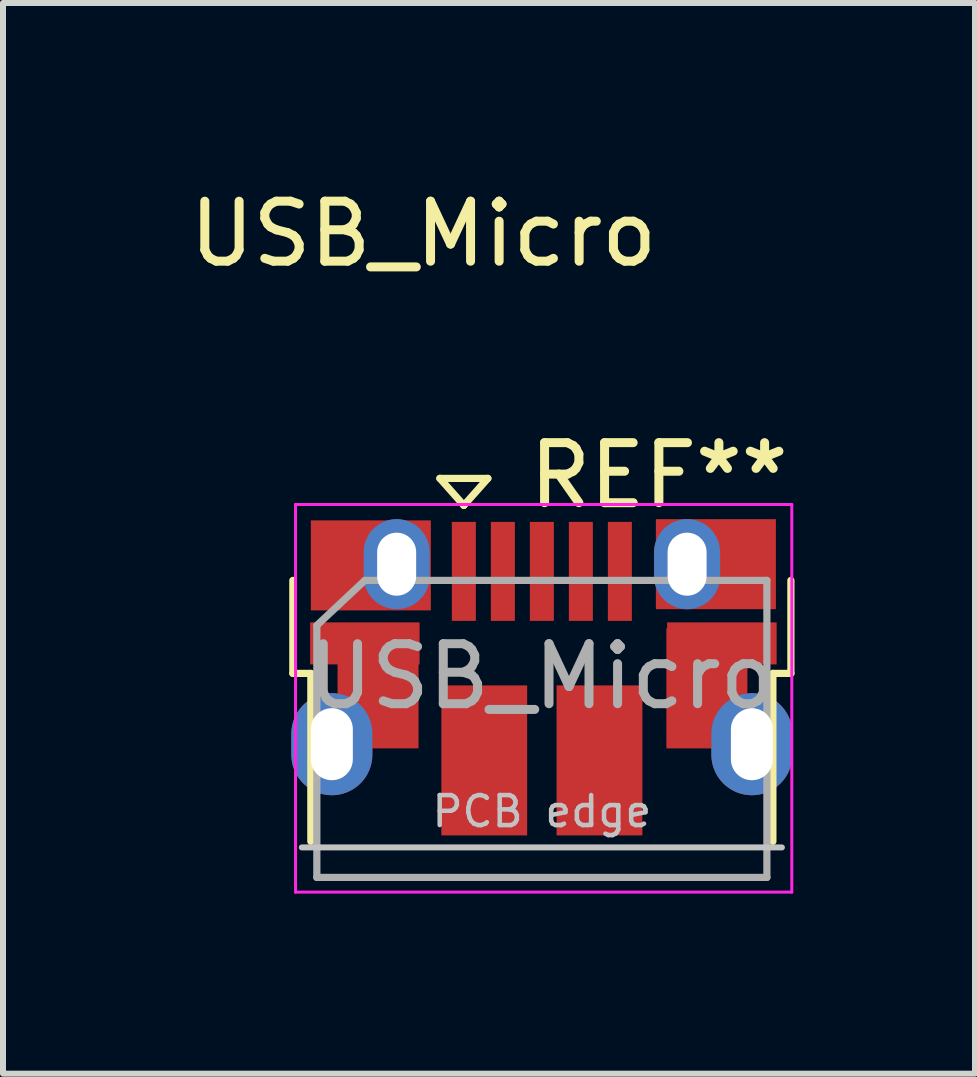
<source format=kicad_pcb>
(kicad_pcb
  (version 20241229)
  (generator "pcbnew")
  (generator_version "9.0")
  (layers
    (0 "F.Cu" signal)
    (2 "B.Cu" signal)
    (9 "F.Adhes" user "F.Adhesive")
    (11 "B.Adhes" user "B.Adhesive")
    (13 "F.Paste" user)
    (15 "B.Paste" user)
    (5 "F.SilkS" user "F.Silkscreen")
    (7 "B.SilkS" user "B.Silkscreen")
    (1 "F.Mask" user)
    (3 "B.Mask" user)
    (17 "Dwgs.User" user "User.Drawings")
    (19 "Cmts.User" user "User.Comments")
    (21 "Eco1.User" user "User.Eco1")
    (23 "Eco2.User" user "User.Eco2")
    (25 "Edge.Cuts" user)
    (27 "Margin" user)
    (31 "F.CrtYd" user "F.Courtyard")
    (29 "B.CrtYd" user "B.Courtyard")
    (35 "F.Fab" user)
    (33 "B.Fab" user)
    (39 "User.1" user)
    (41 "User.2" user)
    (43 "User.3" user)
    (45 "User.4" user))
  (footprint "USB_Micro"
    (layer "F.Cu")
    (at 0.582 8.031)
    (property "Reference" "USB_Micro" (at 3.424 -7.183 0) (layer "F.SilkS") (effects (font (size 1 1) (thickness 0.15))))
    (attr through_hole)
    (fp_line (start 1.248 0.141) (end 1.248 -1.409) (stroke (width 0.12) (type solid)) (layer "F.SilkS"))
    (fp_line (start 1.248 0.141) (end 1.548 0.141) (stroke (width 0.12) (type solid)) (layer "F.SilkS"))
    (fp_line (start 1.548 2.941) (end 1.548 0.141) (stroke (width 0.12) (type solid)) (layer "F.SilkS"))
    (fp_line (start 3.698 -3.109) (end 4.498 -3.109) (stroke (width 0.12) (type solid)) (layer "F.SilkS"))
    (fp_line (start 4.098 -2.659) (end 3.698 -3.109) (stroke (width 0.12) (type solid)) (layer "F.SilkS"))
    (fp_line (start 4.498 -3.109) (end 4.098 -2.659) (stroke (width 0.12) (type solid)) (layer "F.SilkS"))
    (fp_line (start 9.248 0.141) (end 9.548 0.141) (stroke (width 0.12) (type solid)) (layer "F.SilkS"))
    (fp_line (start 9.248 2.941) (end 9.248 0.141) (stroke (width 0.12) (type solid)) (layer "F.SilkS"))
    (fp_line (start 9.548 0.141) (end 9.548 -1.409) (stroke (width 0.12) (type solid)) (layer "F.SilkS"))
    (fp_line (start 1.398 3.041) (end 9.398 3.041) (stroke (width 0.1) (type solid)) (layer "Dwgs.User"))
    (fp_line (start 1.293 -2.674) (end 1.293 3.786) (stroke (width 0.05) (type solid)) (layer "F.CrtYd"))
    (fp_line (start 1.293 -2.674) (end 9.563 -2.674) (stroke (width 0.05) (type solid)) (layer "F.CrtYd"))
    (fp_line (start 9.563 3.786) (end 1.293 3.786) (stroke (width 0.05) (type solid)) (layer "F.CrtYd"))
    (fp_line (start 9.563 3.786) (end 9.563 -2.674) (stroke (width 0.05) (type solid)) (layer "F.CrtYd"))
    (fp_line (start 1.648 -0.659) (end 2.448 -1.409) (stroke (width 0.12) (type solid)) (layer "F.Fab"))
    (fp_line (start 1.648 3.541) (end 1.648 -0.659) (stroke (width 0.12) (type solid)) (layer "F.Fab"))
    (fp_line (start 2.448 -1.409) (end 9.148 -1.409) (stroke (width 0.12) (type solid)) (layer "F.Fab"))
    (fp_line (start 9.148 -1.409) (end 9.148 3.541) (stroke (width 0.12) (type solid)) (layer "F.Fab"))
    (fp_line (start 9.148 3.541) (end 1.648 3.541) (stroke (width 0.12) (type solid)) (layer "F.Fab"))
    (fp_text user "REF**" (at 7.348 -3.159 0) (layer "F.SilkS") (effects (font (size 1 1) (thickness 0.15))))
    (fp_text user "PCB edge" (at 5.398 2.441 0) (layer "Dwgs.User") (effects (font (size 0.5 0.5) (thickness 0.075))))
    (fp_text user "${REFERENCE}" (at 5.398 0.191 0) (layer "F.Fab") (effects (font (size 1 1) (thickness 0.15))))
    (pad "1" smd rect (at 4.098 -1.559 90) (size 1.65 0.4) (layers "F.Cu" "F.Mask" "F.Paste"))
    (pad "2" smd rect (at 4.748 -1.559 90) (size 1.65 0.4) (layers "F.Cu" "F.Mask" "F.Paste"))
    (pad "3" smd rect (at 5.398 -1.559 90) (size 1.65 0.4) (layers "F.Cu" "F.Mask" "F.Paste"))
    (pad "4" smd rect (at 6.048 -1.559 90) (size 1.65 0.4) (layers "F.Cu" "F.Mask" "F.Paste"))
    (pad "5" smd rect (at 6.698 -1.559 90) (size 1.65 0.4) (layers "F.Cu" "F.Mask" "F.Paste"))
    (pad "6" thru_hole oval (at 1.898 1.321 90) (size 1.7 1.35) (drill oval 1.2 0.7) (layers "*.Cu" "*.Mask"))
    (pad "6" smd rect (at 2.448 -0.359) (size 1.825 0.7) (layers "F.Cu" "F.Mask" "F.Paste"))
    (pad "6" smd rect (at 2.548 -1.659) (size 2 1.5) (layers "F.Cu" "F.Mask" "F.Paste"))
    (pad "6" smd rect (at 2.668 0.391) (size 1.35 2) (layers "F.Cu" "F.Mask" "F.Paste"))
    (pad "6" thru_hole oval (at 2.978 -1.679 90) (size 1.5 1.1) (drill oval 1.05 0.65) (layers "*.Cu" "*.Mask"))
    (pad "6" smd rect (at 4.438 1.591 90) (size 2.5 1.43) (layers "F.Cu" "F.Mask" "F.Paste"))
    (pad "6" smd rect (at 6.358 1.591 90) (size 2.5 1.43) (layers "F.Cu" "F.Mask" "F.Paste"))
    (pad "6" thru_hole oval (at 7.818 -1.679 90) (size 1.5 1.1) (drill oval 1.05 0.65) (layers "*.Cu" "*.Mask"))
    (pad "6" smd rect (at 8.148 0.391) (size 1.35 2) (layers "F.Cu" "F.Mask" "F.Paste"))
    (pad "6" smd rect (at 8.298 -1.679) (size 2 1.5) (layers "F.Cu" "F.Mask" "F.Paste"))
    (pad "6" smd rect (at 8.398 -0.359) (size 1.825 0.7) (layers "F.Cu" "F.Mask" "F.Paste"))
    (pad "6" thru_hole oval (at 8.898 1.321 90) (size 1.7 1.35) (drill oval 1.2 0.7) (layers "*.Cu" "*.Mask")))
  (gr_rect
    (start -3 -3)
    (end 13.198 14.842)
    (stroke (width 0.1) (type default))
    (fill no)
    (layer "Edge.Cuts")))
</source>
